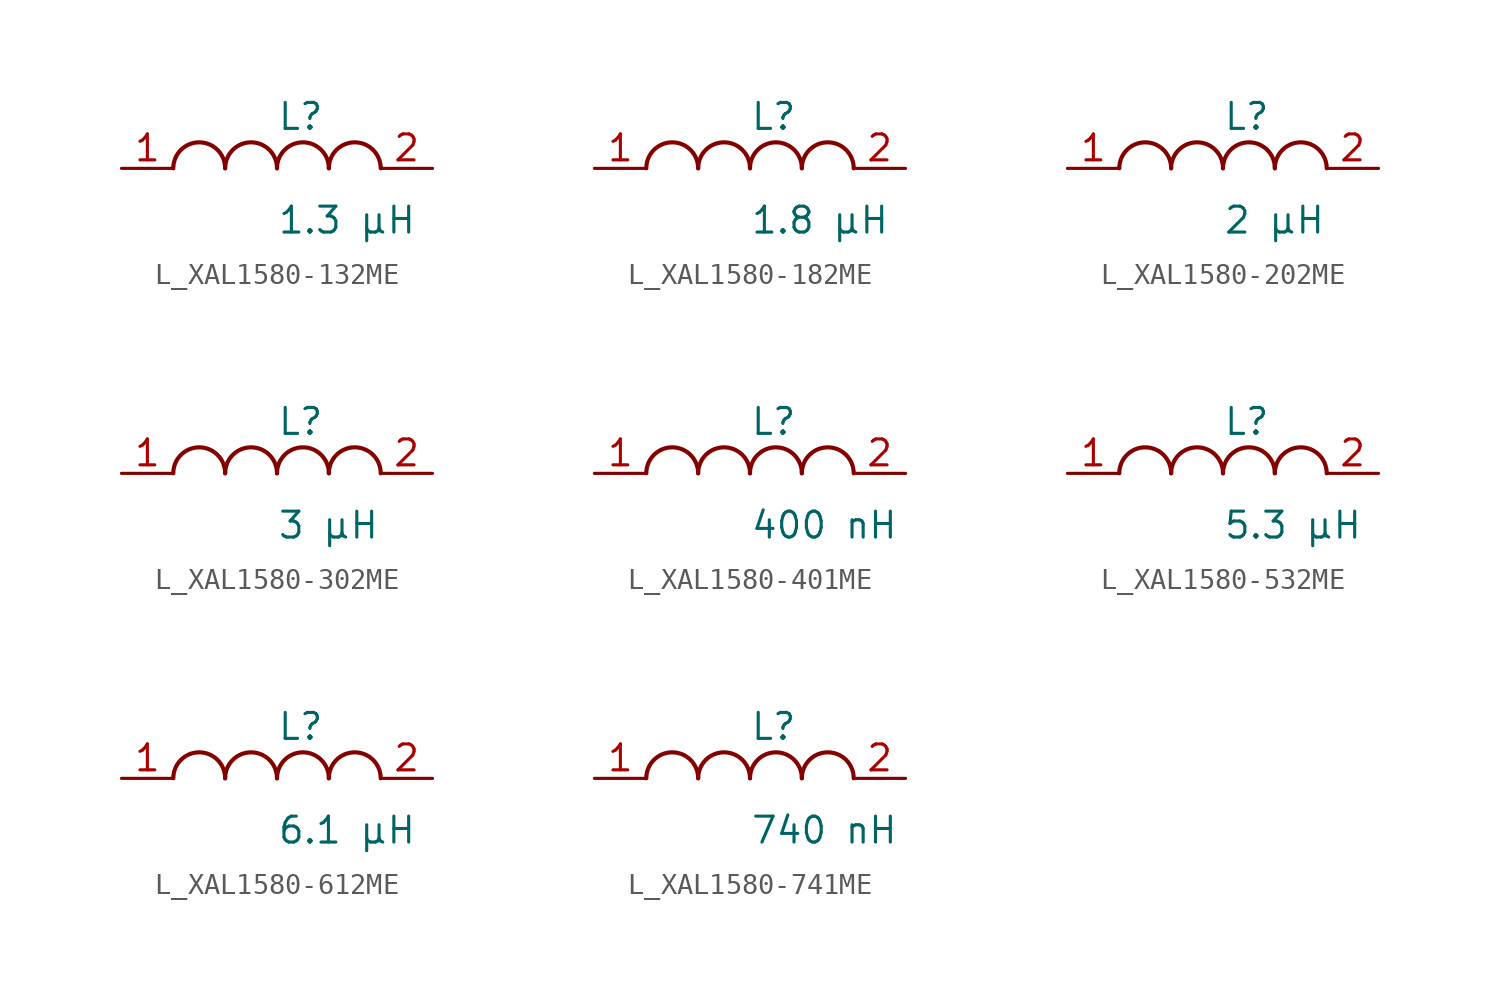
<source format=kicad_sym>
(kicad_symbol_lib
  (version 20231120)
  (generator kicad_symbol_editor)
  (generator_version 8.0)
  (symbol "L_XAL1580-132ME"
    (pin_names
      (offset 0.254))
    (property "Reference" "L"
      (at 0.0 2.54 0)
      (effects (font (size 1.27 1.27)) (justify left)))
    (property "Value" "1.3 µH"
      (at 0.0 -2.54 0)
      (effects (font (size 1.27 1.27)) (justify left)))
    (symbol "L_XAL1580-132ME_1_1"
      (arc (start -2.54 0.0056) (mid -3.81 1.27) (end -5.08 0.0056) (stroke (width 0.2032) (type default)) (fill (type none)))
      (arc (start 0 0.0056) (mid -1.27 1.27) (end -2.54 0.0056) (stroke (width 0.2032) (type default)) (fill (type none)))
      (arc (start 2.54 0.0056) (mid 1.27 1.27) (end 0 0.0056) (stroke (width 0.2032) (type default)) (fill (type none)))
      (arc (start 5.08 0.0056) (mid 3.81 1.27) (end 2.54 0.0056) (stroke (width 0.2032) (type default)) (fill (type none)))
      (pin unspecified line (at -7.62 0 0) (length 2.54) (name "" (effects (font (size 1.27 1.27)))) (number "1" (effects (font (size 1.27 1.27)))))
      (pin unspecified line (at 7.62 0 180) (length 2.54) (name "" (effects (font (size 1.27 1.27)))) (number "2" (effects (font (size 1.27 1.27)))))))
  (symbol "L_XAL1580-182ME"
    (pin_names
      (offset 0.254))
    (property "Reference" "L"
      (at 0.0 2.54 0)
      (effects (font (size 1.27 1.27)) (justify left)))
    (property "Value" "1.8 µH"
      (at 0.0 -2.54 0)
      (effects (font (size 1.27 1.27)) (justify left)))
    (symbol "L_XAL1580-182ME_1_1"
      (arc (start -2.54 0.0056) (mid -3.81 1.27) (end -5.08 0.0056) (stroke (width 0.2032) (type default)) (fill (type none)))
      (arc (start 0 0.0056) (mid -1.27 1.27) (end -2.54 0.0056) (stroke (width 0.2032) (type default)) (fill (type none)))
      (arc (start 2.54 0.0056) (mid 1.27 1.27) (end 0 0.0056) (stroke (width 0.2032) (type default)) (fill (type none)))
      (arc (start 5.08 0.0056) (mid 3.81 1.27) (end 2.54 0.0056) (stroke (width 0.2032) (type default)) (fill (type none)))
      (pin unspecified line (at -7.62 0 0) (length 2.54) (name "" (effects (font (size 1.27 1.27)))) (number "1" (effects (font (size 1.27 1.27)))))
      (pin unspecified line (at 7.62 0 180) (length 2.54) (name "" (effects (font (size 1.27 1.27)))) (number "2" (effects (font (size 1.27 1.27)))))))
  (symbol "L_XAL1580-202ME"
    (pin_names
      (offset 0.254))
    (property "Reference" "L"
      (at 0.0 2.54 0)
      (effects (font (size 1.27 1.27)) (justify left)))
    (property "Value" "2 µH"
      (at 0.0 -2.54 0)
      (effects (font (size 1.27 1.27)) (justify left)))
    (symbol "L_XAL1580-202ME_1_1"
      (arc (start -2.54 0.0056) (mid -3.81 1.27) (end -5.08 0.0056) (stroke (width 0.2032) (type default)) (fill (type none)))
      (arc (start 0 0.0056) (mid -1.27 1.27) (end -2.54 0.0056) (stroke (width 0.2032) (type default)) (fill (type none)))
      (arc (start 2.54 0.0056) (mid 1.27 1.27) (end 0 0.0056) (stroke (width 0.2032) (type default)) (fill (type none)))
      (arc (start 5.08 0.0056) (mid 3.81 1.27) (end 2.54 0.0056) (stroke (width 0.2032) (type default)) (fill (type none)))
      (pin unspecified line (at -7.62 0 0) (length 2.54) (name "" (effects (font (size 1.27 1.27)))) (number "1" (effects (font (size 1.27 1.27)))))
      (pin unspecified line (at 7.62 0 180) (length 2.54) (name "" (effects (font (size 1.27 1.27)))) (number "2" (effects (font (size 1.27 1.27)))))))
  (symbol "L_XAL1580-302ME"
    (pin_names
      (offset 0.254))
    (property "Reference" "L"
      (at 0.0 2.54 0)
      (effects (font (size 1.27 1.27)) (justify left)))
    (property "Value" "3 µH"
      (at 0.0 -2.54 0)
      (effects (font (size 1.27 1.27)) (justify left)))
    (symbol "L_XAL1580-302ME_1_1"
      (arc (start -2.54 0.0056) (mid -3.81 1.27) (end -5.08 0.0056) (stroke (width 0.2032) (type default)) (fill (type none)))
      (arc (start 0 0.0056) (mid -1.27 1.27) (end -2.54 0.0056) (stroke (width 0.2032) (type default)) (fill (type none)))
      (arc (start 2.54 0.0056) (mid 1.27 1.27) (end 0 0.0056) (stroke (width 0.2032) (type default)) (fill (type none)))
      (arc (start 5.08 0.0056) (mid 3.81 1.27) (end 2.54 0.0056) (stroke (width 0.2032) (type default)) (fill (type none)))
      (pin unspecified line (at -7.62 0 0) (length 2.54) (name "" (effects (font (size 1.27 1.27)))) (number "1" (effects (font (size 1.27 1.27)))))
      (pin unspecified line (at 7.62 0 180) (length 2.54) (name "" (effects (font (size 1.27 1.27)))) (number "2" (effects (font (size 1.27 1.27)))))))
  (symbol "L_XAL1580-401ME"
    (pin_names
      (offset 0.254))
    (property "Reference" "L"
      (at 0.0 2.54 0)
      (effects (font (size 1.27 1.27)) (justify left)))
    (property "Value" "400 nH"
      (at 0.0 -2.54 0)
      (effects (font (size 1.27 1.27)) (justify left)))
    (symbol "L_XAL1580-401ME_1_1"
      (arc (start -2.54 0.0056) (mid -3.81 1.27) (end -5.08 0.0056) (stroke (width 0.2032) (type default)) (fill (type none)))
      (arc (start 0 0.0056) (mid -1.27 1.27) (end -2.54 0.0056) (stroke (width 0.2032) (type default)) (fill (type none)))
      (arc (start 2.54 0.0056) (mid 1.27 1.27) (end 0 0.0056) (stroke (width 0.2032) (type default)) (fill (type none)))
      (arc (start 5.08 0.0056) (mid 3.81 1.27) (end 2.54 0.0056) (stroke (width 0.2032) (type default)) (fill (type none)))
      (pin unspecified line (at -7.62 0 0) (length 2.54) (name "" (effects (font (size 1.27 1.27)))) (number "1" (effects (font (size 1.27 1.27)))))
      (pin unspecified line (at 7.62 0 180) (length 2.54) (name "" (effects (font (size 1.27 1.27)))) (number "2" (effects (font (size 1.27 1.27)))))))
  (symbol "L_XAL1580-532ME"
    (pin_names
      (offset 0.254))
    (property "Reference" "L"
      (at 0.0 2.54 0)
      (effects (font (size 1.27 1.27)) (justify left)))
    (property "Value" "5.3 µH"
      (at 0.0 -2.54 0)
      (effects (font (size 1.27 1.27)) (justify left)))
    (symbol "L_XAL1580-532ME_1_1"
      (arc (start -2.54 0.0056) (mid -3.81 1.27) (end -5.08 0.0056) (stroke (width 0.2032) (type default)) (fill (type none)))
      (arc (start 0 0.0056) (mid -1.27 1.27) (end -2.54 0.0056) (stroke (width 0.2032) (type default)) (fill (type none)))
      (arc (start 2.54 0.0056) (mid 1.27 1.27) (end 0 0.0056) (stroke (width 0.2032) (type default)) (fill (type none)))
      (arc (start 5.08 0.0056) (mid 3.81 1.27) (end 2.54 0.0056) (stroke (width 0.2032) (type default)) (fill (type none)))
      (pin unspecified line (at -7.62 0 0) (length 2.54) (name "" (effects (font (size 1.27 1.27)))) (number "1" (effects (font (size 1.27 1.27)))))
      (pin unspecified line (at 7.62 0 180) (length 2.54) (name "" (effects (font (size 1.27 1.27)))) (number "2" (effects (font (size 1.27 1.27)))))))
  (symbol "L_XAL1580-612ME"
    (pin_names
      (offset 0.254))
    (property "Reference" "L"
      (at 0.0 2.54 0)
      (effects (font (size 1.27 1.27)) (justify left)))
    (property "Value" "6.1 µH"
      (at 0.0 -2.54 0)
      (effects (font (size 1.27 1.27)) (justify left)))
    (symbol "L_XAL1580-612ME_1_1"
      (arc (start -2.54 0.0056) (mid -3.81 1.27) (end -5.08 0.0056) (stroke (width 0.2032) (type default)) (fill (type none)))
      (arc (start 0 0.0056) (mid -1.27 1.27) (end -2.54 0.0056) (stroke (width 0.2032) (type default)) (fill (type none)))
      (arc (start 2.54 0.0056) (mid 1.27 1.27) (end 0 0.0056) (stroke (width 0.2032) (type default)) (fill (type none)))
      (arc (start 5.08 0.0056) (mid 3.81 1.27) (end 2.54 0.0056) (stroke (width 0.2032) (type default)) (fill (type none)))
      (pin unspecified line (at -7.62 0 0) (length 2.54) (name "" (effects (font (size 1.27 1.27)))) (number "1" (effects (font (size 1.27 1.27)))))
      (pin unspecified line (at 7.62 0 180) (length 2.54) (name "" (effects (font (size 1.27 1.27)))) (number "2" (effects (font (size 1.27 1.27)))))))
  (symbol "L_XAL1580-741ME"
    (pin_names
      (offset 0.254))
    (property "Reference" "L"
      (at 0.0 2.54 0)
      (effects (font (size 1.27 1.27)) (justify left)))
    (property "Value" "740 nH"
      (at 0.0 -2.54 0)
      (effects (font (size 1.27 1.27)) (justify left)))
    (symbol "L_XAL1580-741ME_1_1"
      (arc (start -2.54 0.0056) (mid -3.81 1.27) (end -5.08 0.0056) (stroke (width 0.2032) (type default)) (fill (type none)))
      (arc (start 0 0.0056) (mid -1.27 1.27) (end -2.54 0.0056) (stroke (width 0.2032) (type default)) (fill (type none)))
      (arc (start 2.54 0.0056) (mid 1.27 1.27) (end 0 0.0056) (stroke (width 0.2032) (type default)) (fill (type none)))
      (arc (start 5.08 0.0056) (mid 3.81 1.27) (end 2.54 0.0056) (stroke (width 0.2032) (type default)) (fill (type none)))
      (pin unspecified line (at -7.62 0 0) (length 2.54) (name "" (effects (font (size 1.27 1.27)))) (number "1" (effects (font (size 1.27 1.27)))))
      (pin unspecified line (at 7.62 0 180) (length 2.54) (name "" (effects (font (size 1.27 1.27)))) (number "2" (effects (font (size 1.27 1.27))))))))
</source>
